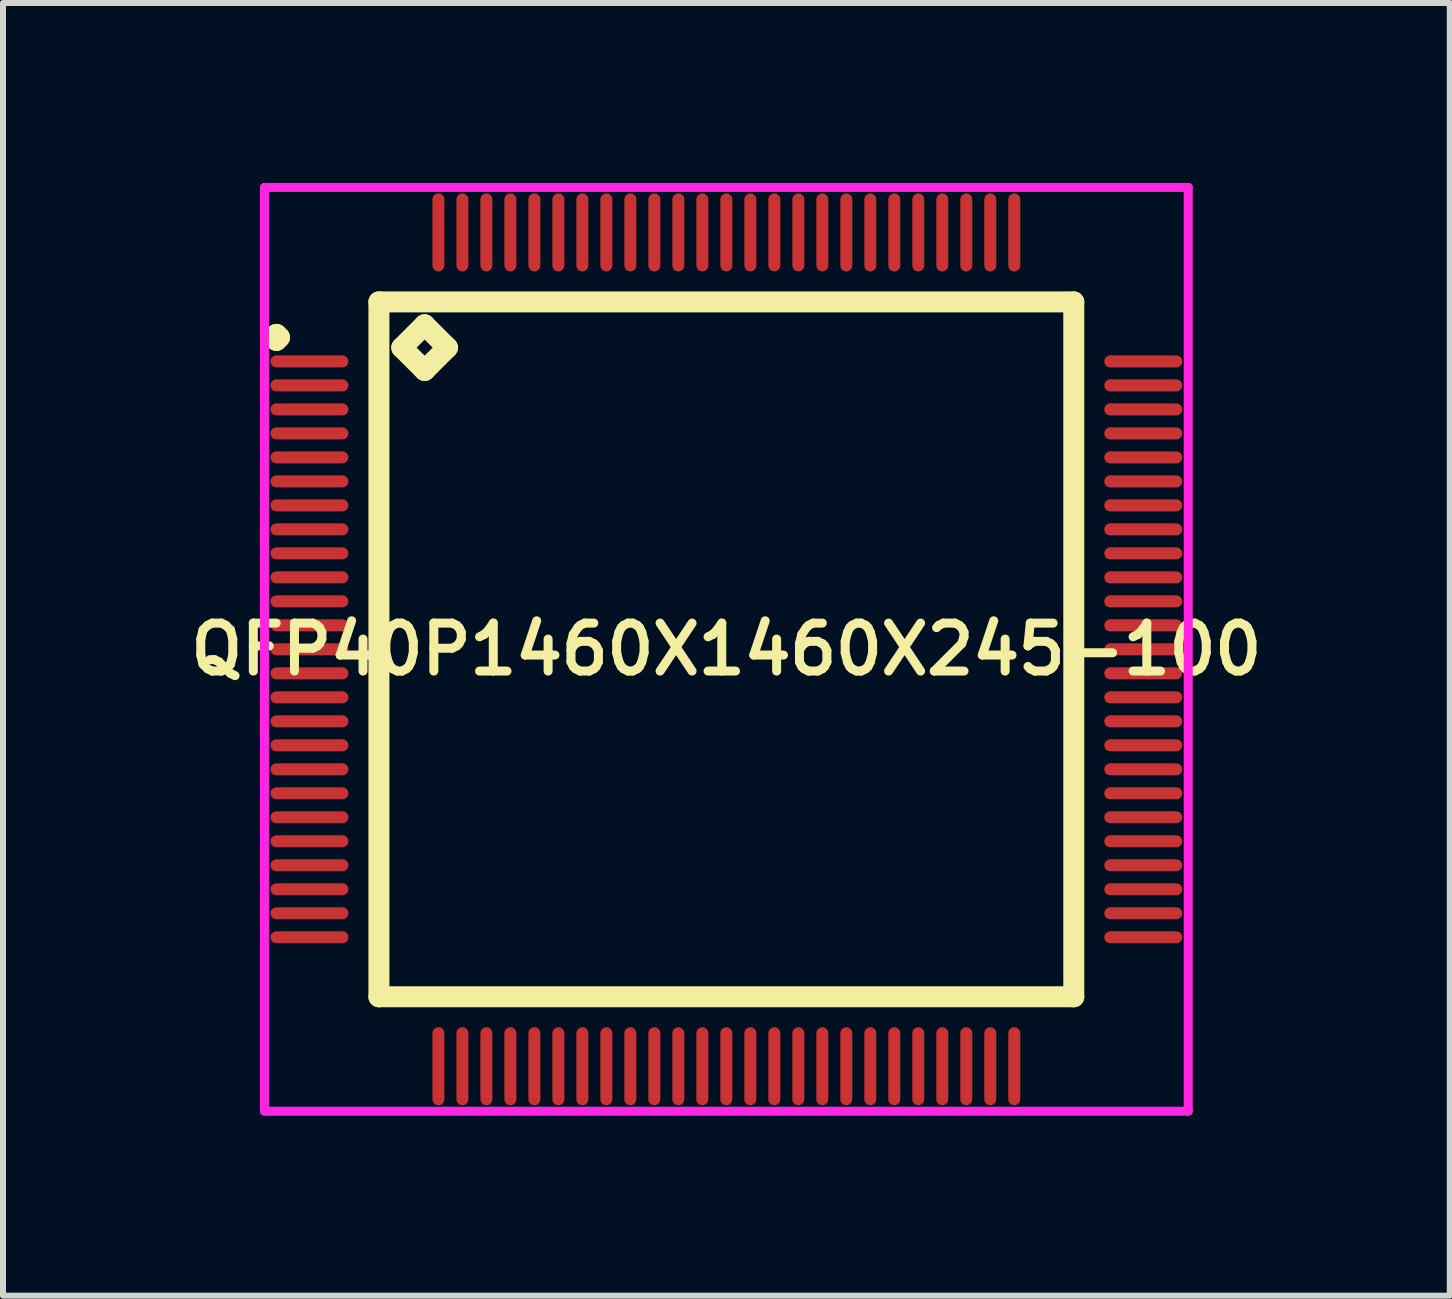
<source format=kicad_pcb>
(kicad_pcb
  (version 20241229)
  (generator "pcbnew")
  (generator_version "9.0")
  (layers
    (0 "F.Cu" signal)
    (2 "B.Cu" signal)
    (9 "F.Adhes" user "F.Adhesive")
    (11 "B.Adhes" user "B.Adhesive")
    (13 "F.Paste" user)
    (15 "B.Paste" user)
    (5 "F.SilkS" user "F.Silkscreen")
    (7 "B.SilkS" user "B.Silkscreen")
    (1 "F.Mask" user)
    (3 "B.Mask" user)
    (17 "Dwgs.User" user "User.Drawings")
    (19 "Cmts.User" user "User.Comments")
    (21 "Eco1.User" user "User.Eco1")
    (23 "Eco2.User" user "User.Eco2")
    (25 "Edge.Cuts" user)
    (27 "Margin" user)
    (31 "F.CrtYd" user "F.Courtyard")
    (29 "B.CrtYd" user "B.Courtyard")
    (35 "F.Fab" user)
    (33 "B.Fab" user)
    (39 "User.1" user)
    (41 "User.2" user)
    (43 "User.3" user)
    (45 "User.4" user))
  (footprint "QFP40P1460X1460X245-100"
    (layer "F.Cu")
    (at 9.059 7.775)
    (property "Reference" "QFP40P1460X1460X245-100" (at 0 0 0) (layer "F.SilkS") (effects (font (size 0.8 0.8) (thickness 0.15))))
    (attr smd)
    (fp_line (start -7.55 -5.2) (end -7.5 -5.25) (stroke (width 0.35) (type solid)) (layer "F.SilkS"))
    (fp_line (start -7.5 -5.25) (end -7.45 -5.2) (stroke (width 0.35) (type solid)) (layer "F.SilkS"))
    (fp_line (start -7.5 -5.15) (end -7.55 -5.2) (stroke (width 0.35) (type solid)) (layer "F.SilkS"))
    (fp_line (start -7.45 -5.2) (end -7.5 -5.15) (stroke (width 0.35) (type solid)) (layer "F.SilkS"))
    (fp_line (start -5.792 -5.792) (end -5.792 5.792) (stroke (width 0.35) (type solid)) (layer "F.SilkS"))
    (fp_line (start -5.792 5.792) (end 5.792 5.792) (stroke (width 0.35) (type solid)) (layer "F.SilkS"))
    (fp_line (start -5.411 -5.03) (end -5.03 -5.411) (stroke (width 0.35) (type solid)) (layer "F.SilkS"))
    (fp_line (start -5.03 -5.411) (end -4.649 -5.03) (stroke (width 0.35) (type solid)) (layer "F.SilkS"))
    (fp_line (start -5.03 -4.649) (end -5.411 -5.03) (stroke (width 0.35) (type solid)) (layer "F.SilkS"))
    (fp_line (start -4.649 -5.03) (end -5.03 -4.649) (stroke (width 0.35) (type solid)) (layer "F.SilkS"))
    (fp_line (start 5.792 -5.792) (end -5.792 -5.792) (stroke (width 0.35) (type solid)) (layer "F.SilkS"))
    (fp_line (start 5.792 5.792) (end 5.792 -5.792) (stroke (width 0.35) (type solid)) (layer "F.SilkS"))
    (fp_line (start -7.7 -7.7) (end 7.7 -7.7) (stroke (width 0.15) (type solid)) (layer "F.CrtYd"))
    (fp_line (start -7.7 7.7) (end -7.7 -7.7) (stroke (width 0.15) (type solid)) (layer "F.CrtYd"))
    (fp_line (start 7.7 -7.7) (end 7.7 7.7) (stroke (width 0.15) (type solid)) (layer "F.CrtYd"))
    (fp_line (start 7.7 7.7) (end -7.7 7.7) (stroke (width 0.15) (type solid)) (layer "F.CrtYd"))
    (pad "1" smd oval (at -6.95 -4.8) (size 1.3 0.2) (layers "F.Cu" "F.Mask" "F.Paste"))
    (pad "2" smd oval (at -6.95 -4.4) (size 1.3 0.2) (layers "F.Cu" "F.Mask" "F.Paste"))
    (pad "3" smd oval (at -6.95 -4) (size 1.3 0.2) (layers "F.Cu" "F.Mask" "F.Paste"))
    (pad "4" smd oval (at -6.95 -3.6) (size 1.3 0.2) (layers "F.Cu" "F.Mask" "F.Paste"))
    (pad "5" smd oval (at -6.95 -3.2) (size 1.3 0.2) (layers "F.Cu" "F.Mask" "F.Paste"))
    (pad "6" smd oval (at -6.95 -2.8) (size 1.3 0.2) (layers "F.Cu" "F.Mask" "F.Paste"))
    (pad "7" smd oval (at -6.95 -2.4) (size 1.3 0.2) (layers "F.Cu" "F.Mask" "F.Paste"))
    (pad "8" smd oval (at -6.95 -2) (size 1.3 0.2) (layers "F.Cu" "F.Mask" "F.Paste"))
    (pad "9" smd oval (at -6.95 -1.6) (size 1.3 0.2) (layers "F.Cu" "F.Mask" "F.Paste"))
    (pad "10" smd oval (at -6.95 -1.2) (size 1.3 0.2) (layers "F.Cu" "F.Mask" "F.Paste"))
    (pad "11" smd oval (at -6.95 -0.8) (size 1.3 0.2) (layers "F.Cu" "F.Mask" "F.Paste"))
    (pad "12" smd oval (at -6.95 -0.4) (size 1.3 0.2) (layers "F.Cu" "F.Mask" "F.Paste"))
    (pad "13" smd oval (at -6.95 0) (size 1.3 0.2) (layers "F.Cu" "F.Mask" "F.Paste"))
    (pad "14" smd oval (at -6.95 0.4) (size 1.3 0.2) (layers "F.Cu" "F.Mask" "F.Paste"))
    (pad "15" smd oval (at -6.95 0.8) (size 1.3 0.2) (layers "F.Cu" "F.Mask" "F.Paste"))
    (pad "16" smd oval (at -6.95 1.2) (size 1.3 0.2) (layers "F.Cu" "F.Mask" "F.Paste"))
    (pad "17" smd oval (at -6.95 1.6) (size 1.3 0.2) (layers "F.Cu" "F.Mask" "F.Paste"))
    (pad "18" smd oval (at -6.95 2) (size 1.3 0.2) (layers "F.Cu" "F.Mask" "F.Paste"))
    (pad "19" smd oval (at -6.95 2.4) (size 1.3 0.2) (layers "F.Cu" "F.Mask" "F.Paste"))
    (pad "20" smd oval (at -6.95 2.8) (size 1.3 0.2) (layers "F.Cu" "F.Mask" "F.Paste"))
    (pad "21" smd oval (at -6.95 3.2) (size 1.3 0.2) (layers "F.Cu" "F.Mask" "F.Paste"))
    (pad "22" smd oval (at -6.95 3.6) (size 1.3 0.2) (layers "F.Cu" "F.Mask" "F.Paste"))
    (pad "23" smd oval (at -6.95 4) (size 1.3 0.2) (layers "F.Cu" "F.Mask" "F.Paste"))
    (pad "24" smd oval (at -6.95 4.4) (size 1.3 0.2) (layers "F.Cu" "F.Mask" "F.Paste"))
    (pad "25" smd oval (at -6.95 4.8) (size 1.3 0.2) (layers "F.Cu" "F.Mask" "F.Paste"))
    (pad "26" smd oval (at -4.8 6.95) (size 0.2 1.3) (layers "F.Cu" "F.Mask" "F.Paste"))
    (pad "27" smd oval (at -4.4 6.95) (size 0.2 1.3) (layers "F.Cu" "F.Mask" "F.Paste"))
    (pad "28" smd oval (at -4 6.95) (size 0.2 1.3) (layers "F.Cu" "F.Mask" "F.Paste"))
    (pad "29" smd oval (at -3.6 6.95) (size 0.2 1.3) (layers "F.Cu" "F.Mask" "F.Paste"))
    (pad "30" smd oval (at -3.2 6.95) (size 0.2 1.3) (layers "F.Cu" "F.Mask" "F.Paste"))
    (pad "31" smd oval (at -2.8 6.95) (size 0.2 1.3) (layers "F.Cu" "F.Mask" "F.Paste"))
    (pad "32" smd oval (at -2.4 6.95) (size 0.2 1.3) (layers "F.Cu" "F.Mask" "F.Paste"))
    (pad "33" smd oval (at -2 6.95) (size 0.2 1.3) (layers "F.Cu" "F.Mask" "F.Paste"))
    (pad "34" smd oval (at -1.6 6.95) (size 0.2 1.3) (layers "F.Cu" "F.Mask" "F.Paste"))
    (pad "35" smd oval (at -1.2 6.95) (size 0.2 1.3) (layers "F.Cu" "F.Mask" "F.Paste"))
    (pad "36" smd oval (at -0.8 6.95) (size 0.2 1.3) (layers "F.Cu" "F.Mask" "F.Paste"))
    (pad "37" smd oval (at -0.4 6.95) (size 0.2 1.3) (layers "F.Cu" "F.Mask" "F.Paste"))
    (pad "38" smd oval (at 0 6.95) (size 0.2 1.3) (layers "F.Cu" "F.Mask" "F.Paste"))
    (pad "39" smd oval (at 0.4 6.95) (size 0.2 1.3) (layers "F.Cu" "F.Mask" "F.Paste"))
    (pad "40" smd oval (at 0.8 6.95) (size 0.2 1.3) (layers "F.Cu" "F.Mask" "F.Paste"))
    (pad "41" smd oval (at 1.2 6.95) (size 0.2 1.3) (layers "F.Cu" "F.Mask" "F.Paste"))
    (pad "42" smd oval (at 1.6 6.95) (size 0.2 1.3) (layers "F.Cu" "F.Mask" "F.Paste"))
    (pad "43" smd oval (at 2 6.95) (size 0.2 1.3) (layers "F.Cu" "F.Mask" "F.Paste"))
    (pad "44" smd oval (at 2.4 6.95) (size 0.2 1.3) (layers "F.Cu" "F.Mask" "F.Paste"))
    (pad "45" smd oval (at 2.8 6.95) (size 0.2 1.3) (layers "F.Cu" "F.Mask" "F.Paste"))
    (pad "46" smd oval (at 3.2 6.95) (size 0.2 1.3) (layers "F.Cu" "F.Mask" "F.Paste"))
    (pad "47" smd oval (at 3.6 6.95) (size 0.2 1.3) (layers "F.Cu" "F.Mask" "F.Paste"))
    (pad "48" smd oval (at 4 6.95) (size 0.2 1.3) (layers "F.Cu" "F.Mask" "F.Paste"))
    (pad "49" smd oval (at 4.4 6.95) (size 0.2 1.3) (layers "F.Cu" "F.Mask" "F.Paste"))
    (pad "50" smd oval (at 4.8 6.95) (size 0.2 1.3) (layers "F.Cu" "F.Mask" "F.Paste"))
    (pad "51" smd oval (at 6.95 4.8) (size 1.3 0.2) (layers "F.Cu" "F.Mask" "F.Paste"))
    (pad "52" smd oval (at 6.95 4.4) (size 1.3 0.2) (layers "F.Cu" "F.Mask" "F.Paste"))
    (pad "53" smd oval (at 6.95 4) (size 1.3 0.2) (layers "F.Cu" "F.Mask" "F.Paste"))
    (pad "54" smd oval (at 6.95 3.6) (size 1.3 0.2) (layers "F.Cu" "F.Mask" "F.Paste"))
    (pad "55" smd oval (at 6.95 3.2) (size 1.3 0.2) (layers "F.Cu" "F.Mask" "F.Paste"))
    (pad "56" smd oval (at 6.95 2.8) (size 1.3 0.2) (layers "F.Cu" "F.Mask" "F.Paste"))
    (pad "57" smd oval (at 6.95 2.4) (size 1.3 0.2) (layers "F.Cu" "F.Mask" "F.Paste"))
    (pad "58" smd oval (at 6.95 2) (size 1.3 0.2) (layers "F.Cu" "F.Mask" "F.Paste"))
    (pad "59" smd oval (at 6.95 1.6) (size 1.3 0.2) (layers "F.Cu" "F.Mask" "F.Paste"))
    (pad "60" smd oval (at 6.95 1.2) (size 1.3 0.2) (layers "F.Cu" "F.Mask" "F.Paste"))
    (pad "61" smd oval (at 6.95 0.8) (size 1.3 0.2) (layers "F.Cu" "F.Mask" "F.Paste"))
    (pad "62" smd oval (at 6.95 0.4) (size 1.3 0.2) (layers "F.Cu" "F.Mask" "F.Paste"))
    (pad "63" smd oval (at 6.95 0) (size 1.3 0.2) (layers "F.Cu" "F.Mask" "F.Paste"))
    (pad "64" smd oval (at 6.95 -0.4) (size 1.3 0.2) (layers "F.Cu" "F.Mask" "F.Paste"))
    (pad "65" smd oval (at 6.95 -0.8) (size 1.3 0.2) (layers "F.Cu" "F.Mask" "F.Paste"))
    (pad "66" smd oval (at 6.95 -1.2) (size 1.3 0.2) (layers "F.Cu" "F.Mask" "F.Paste"))
    (pad "67" smd oval (at 6.95 -1.6) (size 1.3 0.2) (layers "F.Cu" "F.Mask" "F.Paste"))
    (pad "68" smd oval (at 6.95 -2) (size 1.3 0.2) (layers "F.Cu" "F.Mask" "F.Paste"))
    (pad "69" smd oval (at 6.95 -2.4) (size 1.3 0.2) (layers "F.Cu" "F.Mask" "F.Paste"))
    (pad "70" smd oval (at 6.95 -2.8) (size 1.3 0.2) (layers "F.Cu" "F.Mask" "F.Paste"))
    (pad "71" smd oval (at 6.95 -3.2) (size 1.3 0.2) (layers "F.Cu" "F.Mask" "F.Paste"))
    (pad "72" smd oval (at 6.95 -3.6) (size 1.3 0.2) (layers "F.Cu" "F.Mask" "F.Paste"))
    (pad "73" smd oval (at 6.95 -4) (size 1.3 0.2) (layers "F.Cu" "F.Mask" "F.Paste"))
    (pad "74" smd oval (at 6.95 -4.4) (size 1.3 0.2) (layers "F.Cu" "F.Mask" "F.Paste"))
    (pad "75" smd oval (at 6.95 -4.8) (size 1.3 0.2) (layers "F.Cu" "F.Mask" "F.Paste"))
    (pad "76" smd oval (at 4.8 -6.95) (size 0.2 1.3) (layers "F.Cu" "F.Mask" "F.Paste"))
    (pad "77" smd oval (at 4.4 -6.95) (size 0.2 1.3) (layers "F.Cu" "F.Mask" "F.Paste"))
    (pad "78" smd oval (at 4 -6.95) (size 0.2 1.3) (layers "F.Cu" "F.Mask" "F.Paste"))
    (pad "79" smd oval (at 3.6 -6.95) (size 0.2 1.3) (layers "F.Cu" "F.Mask" "F.Paste"))
    (pad "80" smd oval (at 3.2 -6.95) (size 0.2 1.3) (layers "F.Cu" "F.Mask" "F.Paste"))
    (pad "81" smd oval (at 2.8 -6.95) (size 0.2 1.3) (layers "F.Cu" "F.Mask" "F.Paste"))
    (pad "82" smd oval (at 2.4 -6.95) (size 0.2 1.3) (layers "F.Cu" "F.Mask" "F.Paste"))
    (pad "83" smd oval (at 2 -6.95) (size 0.2 1.3) (layers "F.Cu" "F.Mask" "F.Paste"))
    (pad "84" smd oval (at 1.6 -6.95) (size 0.2 1.3) (layers "F.Cu" "F.Mask" "F.Paste"))
    (pad "85" smd oval (at 1.2 -6.95) (size 0.2 1.3) (layers "F.Cu" "F.Mask" "F.Paste"))
    (pad "86" smd oval (at 0.8 -6.95) (size 0.2 1.3) (layers "F.Cu" "F.Mask" "F.Paste"))
    (pad "87" smd oval (at 0.4 -6.95) (size 0.2 1.3) (layers "F.Cu" "F.Mask" "F.Paste"))
    (pad "88" smd oval (at 0 -6.95) (size 0.2 1.3) (layers "F.Cu" "F.Mask" "F.Paste"))
    (pad "89" smd oval (at -0.4 -6.95) (size 0.2 1.3) (layers "F.Cu" "F.Mask" "F.Paste"))
    (pad "90" smd oval (at -0.8 -6.95) (size 0.2 1.3) (layers "F.Cu" "F.Mask" "F.Paste"))
    (pad "91" smd oval (at -1.2 -6.95) (size 0.2 1.3) (layers "F.Cu" "F.Mask" "F.Paste"))
    (pad "92" smd oval (at -1.6 -6.95) (size 0.2 1.3) (layers "F.Cu" "F.Mask" "F.Paste"))
    (pad "93" smd oval (at -2 -6.95) (size 0.2 1.3) (layers "F.Cu" "F.Mask" "F.Paste"))
    (pad "94" smd oval (at -2.4 -6.95) (size 0.2 1.3) (layers "F.Cu" "F.Mask" "F.Paste"))
    (pad "95" smd oval (at -2.8 -6.95) (size 0.2 1.3) (layers "F.Cu" "F.Mask" "F.Paste"))
    (pad "96" smd oval (at -3.2 -6.95) (size 0.2 1.3) (layers "F.Cu" "F.Mask" "F.Paste"))
    (pad "97" smd oval (at -3.6 -6.95) (size 0.2 1.3) (layers "F.Cu" "F.Mask" "F.Paste"))
    (pad "98" smd oval (at -4 -6.95) (size 0.2 1.3) (layers "F.Cu" "F.Mask" "F.Paste"))
    (pad "99" smd oval (at -4.4 -6.95) (size 0.2 1.3) (layers "F.Cu" "F.Mask" "F.Paste"))
    (pad "100" smd oval (at -4.8 -6.95) (size 0.2 1.3) (layers "F.Cu" "F.Mask" "F.Paste")))
  (gr_rect
    (start -3 -3)
    (end 21.119 18.55)
    (stroke (width 0.1) (type default))
    (fill no)
    (layer "Edge.Cuts")))
</source>
